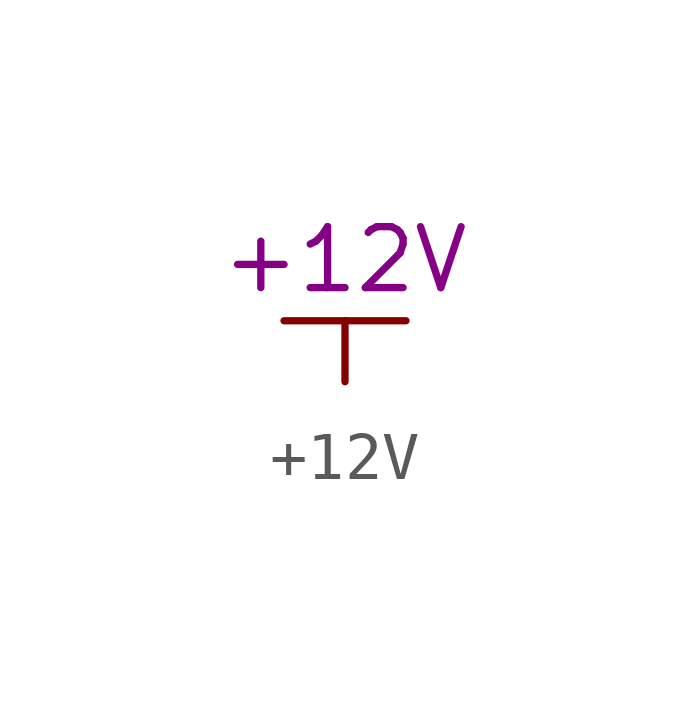
<source format=kicad_sym>
(kicad_symbol_lib
  (version 20211014)
  (generator kicad_symbol_editor)
  (symbol "+12V"
    (power)
    (pin_numbers hide)
    (pin_names
      (offset 0) hide)
    (property "Reference" "#PWR"
      (at 5.08 1.27 0)
      (effects (font (size 1.27 1.27)) hide))
    (property "PartValue" "+12V"
      (at 0 2.54 0)
      (effects (font (size 1.27 1.27))))
    (symbol "+12V_0_1"
      (polyline (pts (xy -1.27 1.27) (xy 1.27 1.27)) (stroke (width 0.152) (type default) (color 0 0 0 0)) (fill (type none))))
    (symbol "+12V_1_1"
      (pin power_in line (at 0 0 90) (length 1.27) (name "+12V" (effects (font (size 1.27 1.27)))) (number "1" (effects (font (size 1.27 1.27))))))))
</source>
